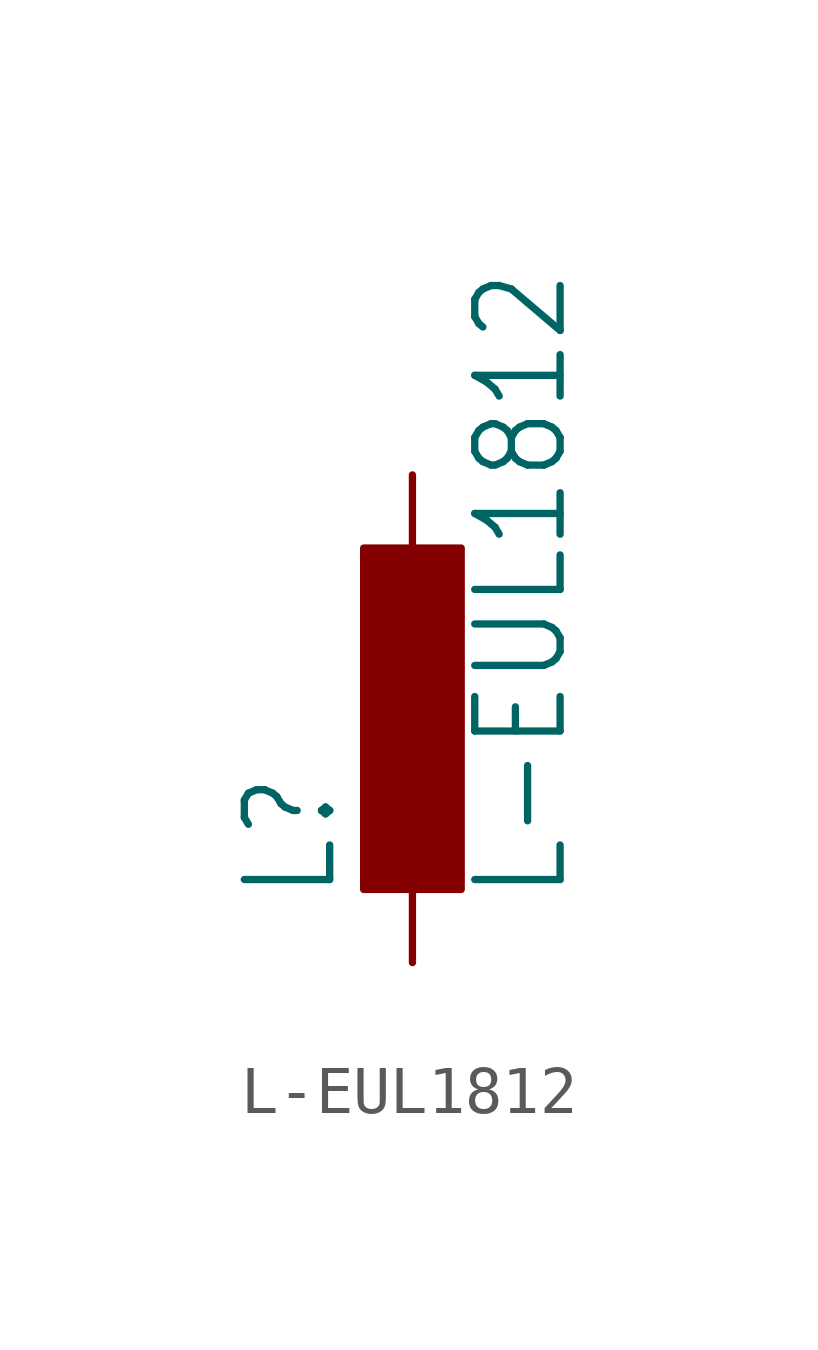
<source format=kicad_sym>
(kicad_symbol_lib
  (version 20211014)
  (generator kicad_symbol_editor)
  (symbol "L-EUL1812"
    (property "Reference" "L"
      (at -1.499 -3.81 90)
      (effects (font (size 1.778 1.511)) (justify left bottom)))
    (property "Value" "L-EUL1812"
      (at 3.302 -3.81 90)
      (effects (font (size 1.778 1.511)) (justify left bottom)))
    (property "ki_locked" ""
      (at 0 0 0)
      (effects (font (size 1.27 1.27))))
    (symbol "L-EUL1812_1_0"
      (rectangle (start -1.016 -3.556) (end 1.016 3.556) (stroke (width 0) (type default) (color 0 0 0 0)) (fill (type outline)))
      (pin passive line (at 0 5.08 270) (length 2.54) (name "1" (effects (font (size 0 0)))) (number "1" (effects (font (size 0 0)))))
      (pin passive line (at 0 -5.08 90) (length 2.54) (name "2" (effects (font (size 0 0)))) (number "2" (effects (font (size 0 0))))))))
</source>
